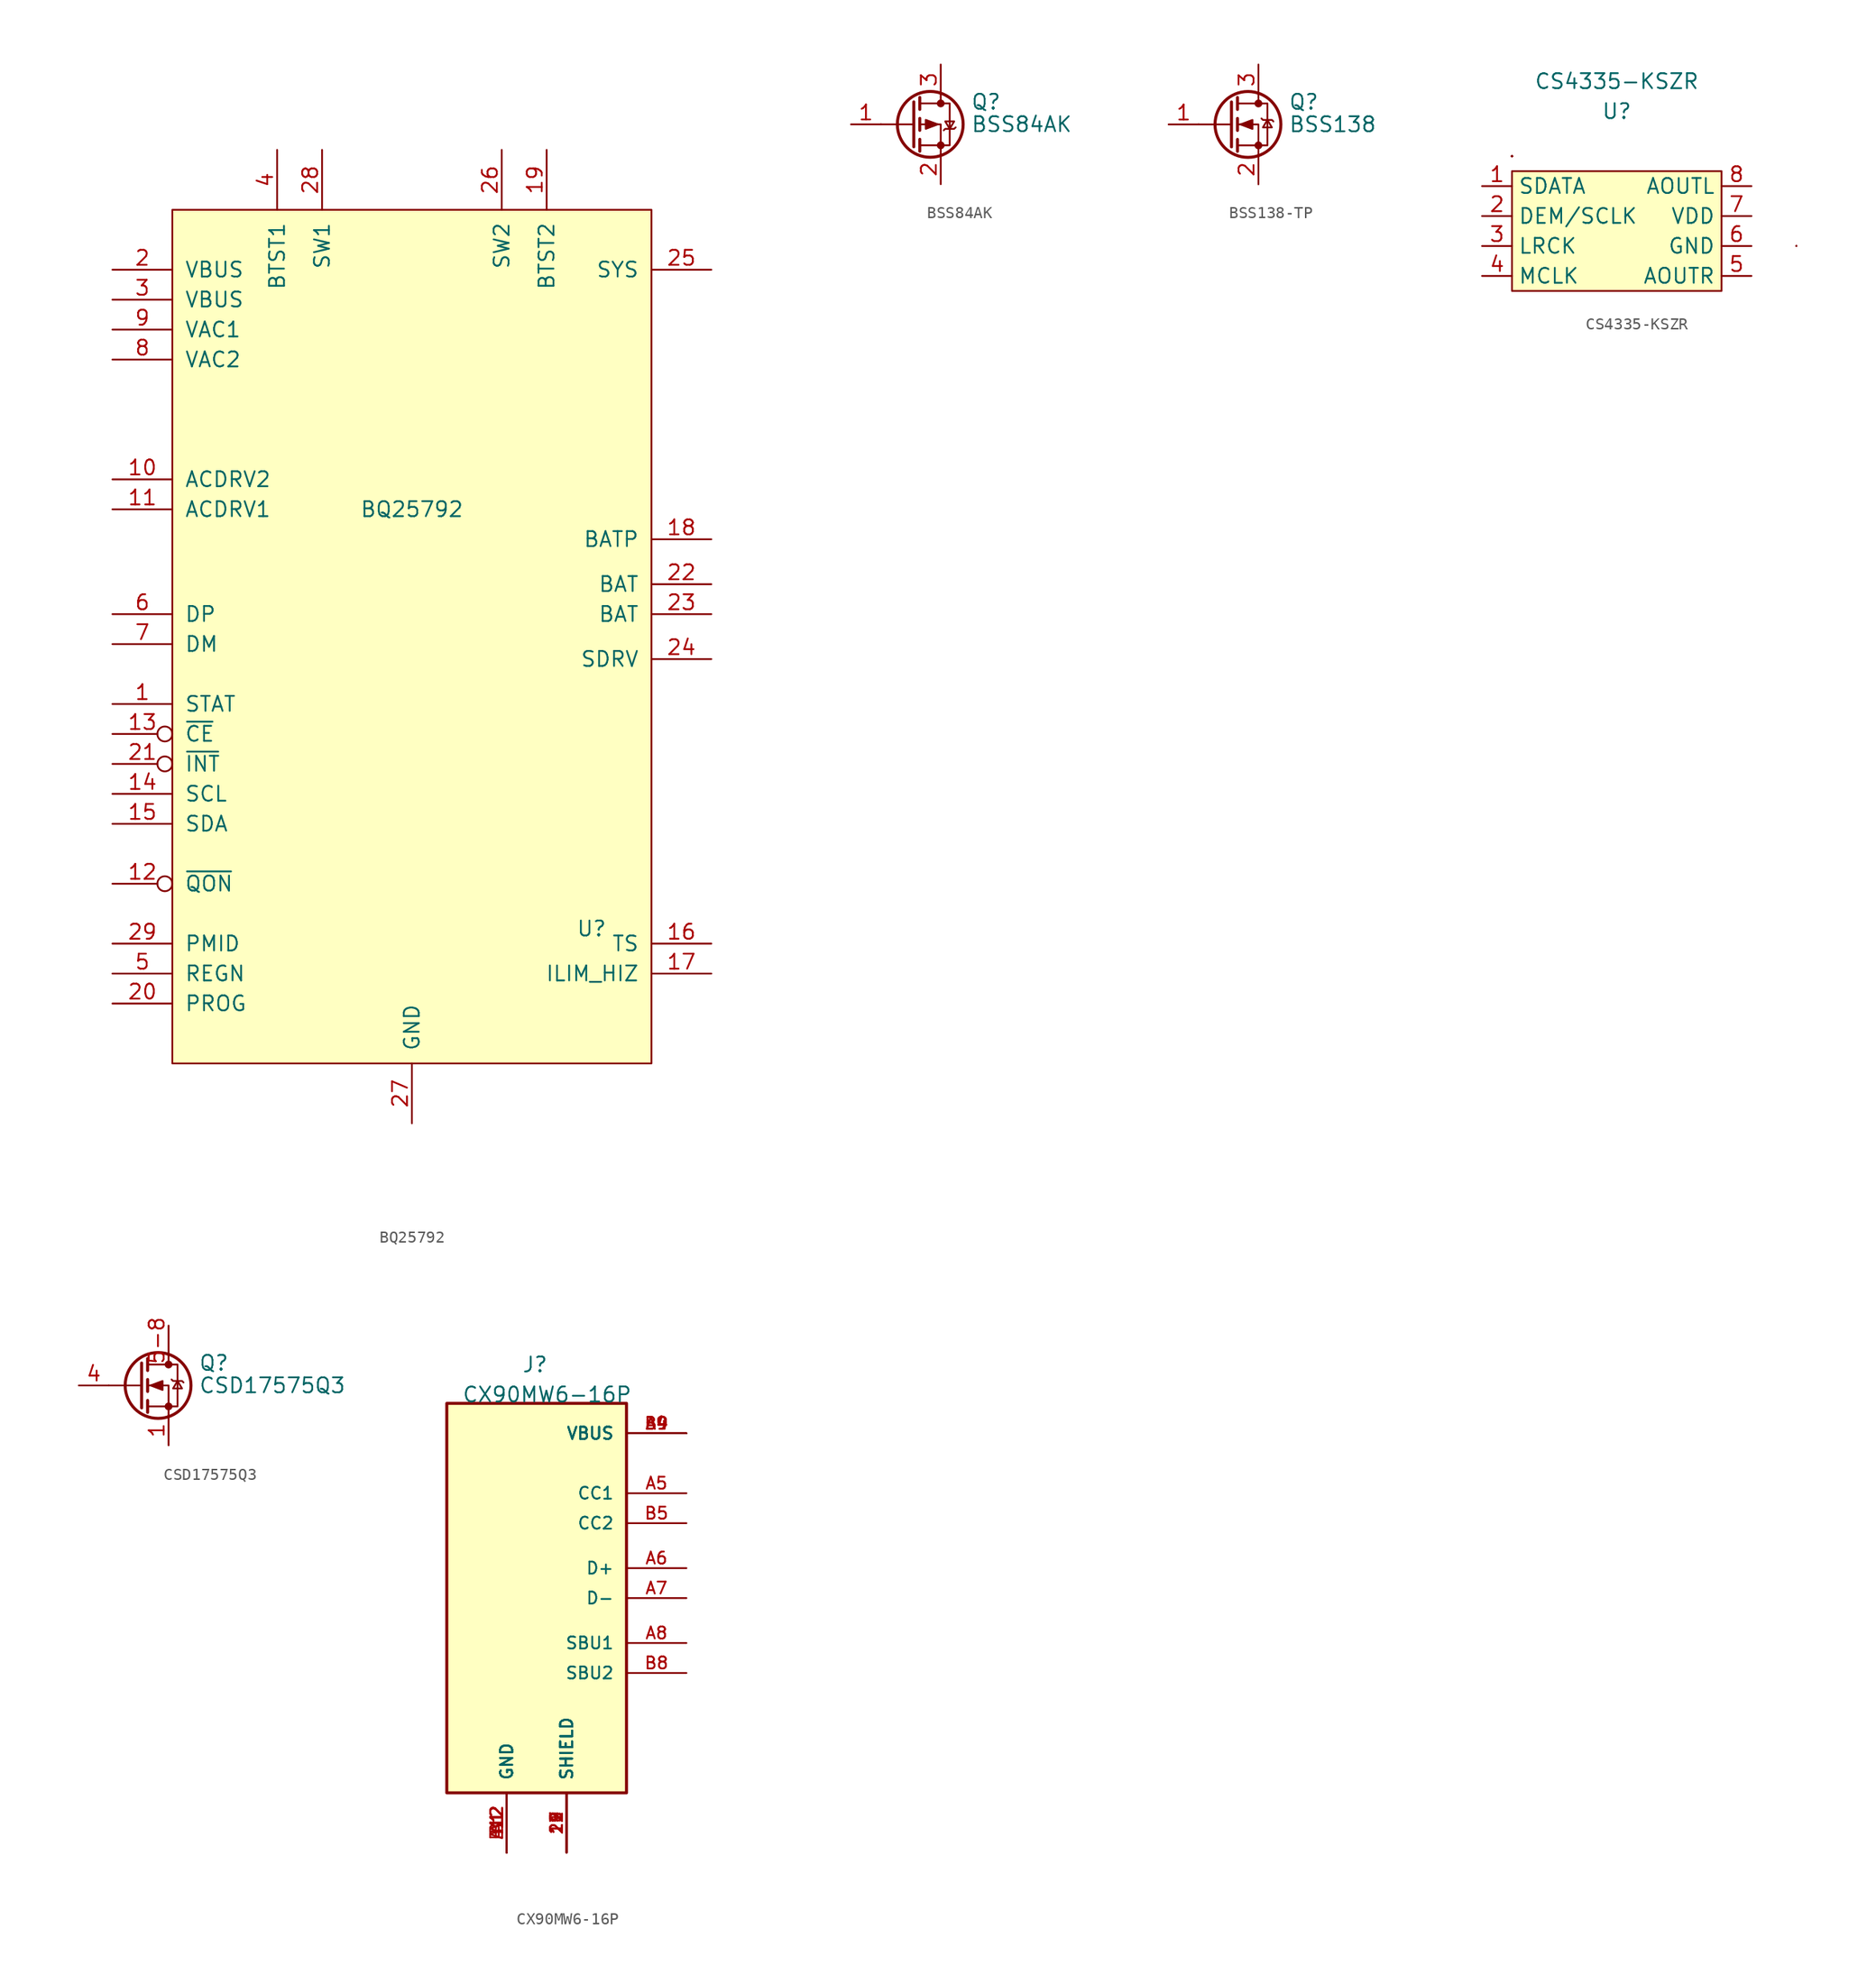
<source format=kicad_sym>
(kicad_symbol_lib
  (version 20220914)
  (generator kicad_symbol_editor)
  (symbol "BQ25792"
    (pin_names
      (offset 1.016))
    (property "Reference" "U"
      (at 15.24 -31.75 0)
      (effects (font (size 1.27 1.27))))
    (property "Value" "BQ25792"
      (at 0 3.81 0)
      (effects (font (size 1.27 1.27))))
    (symbol "BQ25792_0_1"
      (rectangle (start -20.32 29.21) (end 20.32 -43.18) (stroke (width 0) (type solid)) (fill (type background))))
    (symbol "BQ25792_1_1"
      (pin output line (at -25.4 -12.7 0) (length 5.08) (name "STAT" (effects (font (size 1.27 1.27)))) (number "1" (effects (font (size 1.27 1.27)))))
      (pin output line (at -25.4 6.35 0) (length 5.08) (name "ACDRV2" (effects (font (size 1.27 1.27)))) (number "10" (effects (font (size 1.27 1.27)))))
      (pin output line (at -25.4 3.81 0) (length 5.08) (name "ACDRV1" (effects (font (size 1.27 1.27)))) (number "11" (effects (font (size 1.27 1.27)))))
      (pin input inverted (at -25.4 -27.94 0) (length 5.08) (name "~{QON}" (effects (font (size 1.27 1.27)))) (number "12" (effects (font (size 1.27 1.27)))))
      (pin input inverted (at -25.4 -15.24 0) (length 5.08) (name "~{CE}" (effects (font (size 1.27 1.27)))) (number "13" (effects (font (size 1.27 1.27)))))
      (pin input line (at -25.4 -20.32 0) (length 5.08) (name "SCL" (effects (font (size 1.27 1.27)))) (number "14" (effects (font (size 1.27 1.27)))))
      (pin bidirectional line (at -25.4 -22.86 0) (length 5.08) (name "SDA" (effects (font (size 1.27 1.27)))) (number "15" (effects (font (size 1.27 1.27)))))
      (pin input line (at 25.4 -33.02 180) (length 5.08) (name "TS" (effects (font (size 1.27 1.27)))) (number "16" (effects (font (size 1.27 1.27)))))
      (pin input line (at 25.4 -35.56 180) (length 5.08) (name "ILIM_HIZ" (effects (font (size 1.27 1.27)))) (number "17" (effects (font (size 1.27 1.27)))))
      (pin input line (at 25.4 1.27 180) (length 5.08) (name "BATP" (effects (font (size 1.27 1.27)))) (number "18" (effects (font (size 1.27 1.27)))))
      (pin output line (at 11.43 34.29 270) (length 5.08) (name "BTST2" (effects (font (size 1.27 1.27)))) (number "19" (effects (font (size 1.27 1.27)))))
      (pin input line (at -25.4 24.13 0) (length 5.08) (name "VBUS" (effects (font (size 1.27 1.27)))) (number "2" (effects (font (size 1.27 1.27)))))
      (pin input line (at -25.4 -38.1 0) (length 5.08) (name "PROG" (effects (font (size 1.27 1.27)))) (number "20" (effects (font (size 1.27 1.27)))))
      (pin output inverted (at -25.4 -17.78 0) (length 5.08) (name "~{INT}" (effects (font (size 1.27 1.27)))) (number "21" (effects (font (size 1.27 1.27)))))
      (pin output line (at 25.4 -2.54 180) (length 5.08) (name "BAT" (effects (font (size 1.27 1.27)))) (number "22" (effects (font (size 1.27 1.27)))))
      (pin output line (at 25.4 -5.08 180) (length 5.08) (name "BAT" (effects (font (size 1.27 1.27)))) (number "23" (effects (font (size 1.27 1.27)))))
      (pin output line (at 25.4 -8.89 180) (length 5.08) (name "SDRV" (effects (font (size 1.27 1.27)))) (number "24" (effects (font (size 1.27 1.27)))))
      (pin output line (at 25.4 24.13 180) (length 5.08) (name "SYS" (effects (font (size 1.27 1.27)))) (number "25" (effects (font (size 1.27 1.27)))))
      (pin output line (at 7.62 34.29 270) (length 5.08) (name "SW2" (effects (font (size 1.27 1.27)))) (number "26" (effects (font (size 1.27 1.27)))))
      (pin passive line (at 0 -48.26 90) (length 5.08) (name "GND" (effects (font (size 1.27 1.27)))) (number "27" (effects (font (size 1.27 1.27)))))
      (pin output line (at -7.62 34.29 270) (length 5.08) (name "SW1" (effects (font (size 1.27 1.27)))) (number "28" (effects (font (size 1.27 1.27)))))
      (pin output line (at -25.4 -33.02 0) (length 5.08) (name "PMID" (effects (font (size 1.27 1.27)))) (number "29" (effects (font (size 1.27 1.27)))))
      (pin input line (at -25.4 21.59 0) (length 5.08) (name "VBUS" (effects (font (size 1.27 1.27)))) (number "3" (effects (font (size 1.27 1.27)))))
      (pin input line (at -11.43 34.29 270) (length 5.08) (name "BTST1" (effects (font (size 1.27 1.27)))) (number "4" (effects (font (size 1.27 1.27)))))
      (pin output line (at -25.4 -35.56 0) (length 5.08) (name "REGN" (effects (font (size 1.27 1.27)))) (number "5" (effects (font (size 1.27 1.27)))))
      (pin bidirectional line (at -25.4 -5.08 0) (length 5.08) (name "DP" (effects (font (size 1.27 1.27)))) (number "6" (effects (font (size 1.27 1.27)))))
      (pin bidirectional line (at -25.4 -7.62 0) (length 5.08) (name "DM" (effects (font (size 1.27 1.27)))) (number "7" (effects (font (size 1.27 1.27)))))
      (pin input line (at -25.4 16.51 0) (length 5.08) (name "VAC2" (effects (font (size 1.27 1.27)))) (number "8" (effects (font (size 1.27 1.27)))))
      (pin input line (at -25.4 19.05 0) (length 5.08) (name "VAC1" (effects (font (size 1.27 1.27)))) (number "9" (effects (font (size 1.27 1.27)))))))
  (symbol "BSS84AK"
    (pin_names hide)
    (property "Reference" "Q"
      (at 5.08 1.905 0)
      (effects (font (size 1.27 1.27)) (justify left)))
    (property "Value" "BSS84AK"
      (at 5.08 0 0)
      (effects (font (size 1.27 1.27)) (justify left)))
    (symbol "BSS84AK_0_1"
      (polyline (pts (xy 0.254 0) (xy -2.54 0)) (stroke (width 0) (type default)) (fill (type none)))
      (polyline (pts (xy 0.254 1.905) (xy 0.254 -1.905)) (stroke (width 0.254) (type default)) (fill (type none)))
      (polyline (pts (xy 0.762 -1.27) (xy 0.762 -2.286)) (stroke (width 0.254) (type default)) (fill (type none)))
      (polyline (pts (xy 0.762 0.508) (xy 0.762 -0.508)) (stroke (width 0.254) (type default)) (fill (type none)))
      (polyline (pts (xy 0.762 2.286) (xy 0.762 1.27)) (stroke (width 0.254) (type default)) (fill (type none)))
      (polyline (pts (xy 2.54 2.54) (xy 2.54 1.778)) (stroke (width 0) (type default)) (fill (type none)))
      (polyline (pts (xy 2.54 -2.54) (xy 2.54 0) (xy 0.762 0)) (stroke (width 0) (type default)) (fill (type none)))
      (polyline (pts (xy 0.762 1.778) (xy 3.302 1.778) (xy 3.302 -1.778) (xy 0.762 -1.778)) (stroke (width 0) (type default)) (fill (type none)))
      (polyline (pts (xy 2.286 0) (xy 1.27 0.381) (xy 1.27 -0.381) (xy 2.286 0)) (stroke (width 0) (type default)) (fill (type outline)))
      (polyline (pts (xy 2.794 -0.508) (xy 2.921 -0.381) (xy 3.683 -0.381) (xy 3.81 -0.254)) (stroke (width 0) (type default)) (fill (type none)))
      (polyline (pts (xy 3.302 -0.381) (xy 2.921 0.254) (xy 3.683 0.254) (xy 3.302 -0.381)) (stroke (width 0) (type default)) (fill (type none)))
      (circle (center 1.651 0) (radius 2.794) (stroke (width 0.254) (type default)) (fill (type none)))
      (circle (center 2.54 -1.778) (radius 0.254) (stroke (width 0) (type default)) (fill (type outline)))
      (circle (center 2.54 1.778) (radius 0.254) (stroke (width 0) (type default)) (fill (type outline))))
    (symbol "BSS84AK_1_1"
      (pin input line (at -5.08 0 0) (length 2.54) (name "G" (effects (font (size 1.27 1.27)))) (number "1" (effects (font (size 1.27 1.27)))))
      (pin passive line (at 2.54 -5.08 90) (length 2.54) (name "S" (effects (font (size 1.27 1.27)))) (number "2" (effects (font (size 1.27 1.27)))))
      (pin passive line (at 2.54 5.08 270) (length 2.54) (name "D" (effects (font (size 1.27 1.27)))) (number "3" (effects (font (size 1.27 1.27)))))))
  (symbol "BSS138-TP"
    (pin_names hide)
    (property "Reference" "Q"
      (at 5.08 1.905 0)
      (effects (font (size 1.27 1.27)) (justify left)))
    (property "Value" "BSS138"
      (at 5.08 0 0)
      (effects (font (size 1.27 1.27)) (justify left)))
    (symbol "BSS138-TP_0_1"
      (polyline (pts (xy 0.254 0) (xy -2.54 0)) (stroke (width 0) (type default)) (fill (type none)))
      (polyline (pts (xy 0.254 1.905) (xy 0.254 -1.905)) (stroke (width 0.254) (type default)) (fill (type none)))
      (polyline (pts (xy 0.762 -1.27) (xy 0.762 -2.286)) (stroke (width 0.254) (type default)) (fill (type none)))
      (polyline (pts (xy 0.762 0.508) (xy 0.762 -0.508)) (stroke (width 0.254) (type default)) (fill (type none)))
      (polyline (pts (xy 0.762 2.286) (xy 0.762 1.27)) (stroke (width 0.254) (type default)) (fill (type none)))
      (polyline (pts (xy 2.54 2.54) (xy 2.54 1.778)) (stroke (width 0) (type default)) (fill (type none)))
      (polyline (pts (xy 2.54 -2.54) (xy 2.54 0) (xy 0.762 0)) (stroke (width 0) (type default)) (fill (type none)))
      (polyline (pts (xy 0.762 -1.778) (xy 3.302 -1.778) (xy 3.302 1.778) (xy 0.762 1.778)) (stroke (width 0) (type default)) (fill (type none)))
      (polyline (pts (xy 1.016 0) (xy 2.032 0.381) (xy 2.032 -0.381) (xy 1.016 0)) (stroke (width 0) (type default)) (fill (type outline)))
      (polyline (pts (xy 2.794 0.508) (xy 2.921 0.381) (xy 3.683 0.381) (xy 3.81 0.254)) (stroke (width 0) (type default)) (fill (type none)))
      (polyline (pts (xy 3.302 0.381) (xy 2.921 -0.254) (xy 3.683 -0.254) (xy 3.302 0.381)) (stroke (width 0) (type default)) (fill (type none)))
      (circle (center 1.651 0) (radius 2.794) (stroke (width 0.254) (type default)) (fill (type none)))
      (circle (center 2.54 -1.778) (radius 0.254) (stroke (width 0) (type default)) (fill (type outline)))
      (circle (center 2.54 1.778) (radius 0.254) (stroke (width 0) (type default)) (fill (type outline))))
    (symbol "BSS138-TP_1_1"
      (pin input line (at -5.08 0 0) (length 2.54) (name "G" (effects (font (size 1.27 1.27)))) (number "1" (effects (font (size 1.27 1.27)))))
      (pin passive line (at 2.54 -5.08 90) (length 2.54) (name "S" (effects (font (size 1.27 1.27)))) (number "2" (effects (font (size 1.27 1.27)))))
      (pin passive line (at 2.54 5.08 270) (length 2.54) (name "D" (effects (font (size 1.27 1.27)))) (number "3" (effects (font (size 1.27 1.27)))))))
  (symbol "CS4335-KSZR"
    (property "Reference" "U"
      (at 0 6.35 0)
      (effects (font (size 1.27 1.27))))
    (property "Value" "CS4335-KSZR"
      (at 0 8.89 0)
      (effects (font (size 1.27 1.27))))
    (symbol "CS4335-KSZR_0_0"
      (rectangle (start -8.89 2.54) (end -8.89 2.54) (stroke (width 0) (type default)) (fill (type none)))
      (rectangle (start -8.89 2.54) (end -8.89 2.54) (stroke (width 0) (type default)) (fill (type none)))
      (rectangle (start -8.89 2.54) (end -8.89 2.54) (stroke (width 0) (type default)) (fill (type none)))
      (rectangle (start -8.89 2.54) (end -8.89 2.54) (stroke (width 0) (type default)) (fill (type none)))
      (rectangle (start -8.89 2.54) (end -8.89 2.54) (stroke (width 0) (type default)) (fill (type none)))
      (rectangle (start -8.89 2.54) (end -8.89 2.54) (stroke (width 0) (type default)) (fill (type none)))
      (rectangle (start -8.89 2.54) (end -8.89 2.54) (stroke (width 0) (type default)) (fill (type none)))
      (rectangle (start -8.89 2.54) (end -8.89 2.54) (stroke (width 0) (type default)) (fill (type none)))
      (rectangle (start -8.89 2.54) (end -8.89 2.54) (stroke (width 0) (type default)) (fill (type none)))
      (rectangle (start -8.89 2.54) (end -8.89 2.54) (stroke (width 0) (type default)) (fill (type none)))
      (rectangle (start -8.89 2.54) (end -8.89 2.54) (stroke (width 0) (type default)) (fill (type none)))
      (rectangle (start -8.89 2.54) (end -8.89 2.54) (stroke (width 0) (type default)) (fill (type none)))
      (rectangle (start -8.89 2.54) (end -8.89 2.54) (stroke (width 0) (type default)) (fill (type none)))
      (rectangle (start -8.89 2.54) (end -8.89 2.54) (stroke (width 0) (type default)) (fill (type none)))
      (rectangle (start -8.89 2.54) (end -8.89 2.54) (stroke (width 0) (type default)) (fill (type none)))
      (rectangle (start -8.89 2.54) (end -8.89 2.54) (stroke (width 0) (type default)) (fill (type none)))
      (rectangle (start -8.89 2.54) (end -8.89 2.54) (stroke (width 0) (type default)) (fill (type none)))
      (rectangle (start -8.89 2.54) (end -8.89 2.54) (stroke (width 0) (type default)) (fill (type none)))
      (rectangle (start -8.89 2.54) (end -8.89 2.54) (stroke (width 0) (type default)) (fill (type none))))
    (symbol "CS4335-KSZR_0_1"
      (rectangle (start -8.89 1.27) (end 8.89 -8.89) (stroke (width 0) (type default)) (fill (type background)))
      (rectangle (start 15.24 -5.08) (end 15.24 -5.08) (stroke (width 0) (type default)) (fill (type none)))
      (rectangle (start 15.24 -5.08) (end 15.24 -5.08) (stroke (width 0) (type default)) (fill (type none)))
      (rectangle (start 15.24 -5.08) (end 15.24 -5.08) (stroke (width 0) (type default)) (fill (type none)))
      (rectangle (start 15.24 -5.08) (end 15.24 -5.08) (stroke (width 0) (type default)) (fill (type none)))
      (rectangle (start 15.24 -5.08) (end 15.24 -5.08) (stroke (width 0.1) (type default)) (fill (type none))))
    (symbol "CS4335-KSZR_1_1"
      (pin input line (at -11.43 0 0) (length 2.54) (name "SDATA" (effects (font (size 1.27 1.27)))) (number "1" (effects (font (size 1.27 1.27)))))
      (pin input line (at -11.43 -2.54 0) (length 2.54) (name "DEM/SCLK" (effects (font (size 1.27 1.27)))) (number "2" (effects (font (size 1.27 1.27)))))
      (pin input line (at -11.43 -5.08 0) (length 2.54) (name "LRCK" (effects (font (size 1.27 1.27)))) (number "3" (effects (font (size 1.27 1.27)))))
      (pin input line (at -11.43 -7.62 0) (length 2.54) (name "MCLK" (effects (font (size 1.27 1.27)))) (number "4" (effects (font (size 1.27 1.27)))))
      (pin output line (at 11.43 -7.62 180) (length 2.54) (name "AOUTR" (effects (font (size 1.27 1.27)))) (number "5" (effects (font (size 1.27 1.27)))))
      (pin passive line (at 11.43 -5.08 180) (length 2.54) (name "GND" (effects (font (size 1.27 1.27)))) (number "6" (effects (font (size 1.27 1.27)))))
      (pin power_in line (at 11.43 -2.54 180) (length 2.54) (name "VDD" (effects (font (size 1.27 1.27)))) (number "7" (effects (font (size 1.27 1.27)))))
      (pin output line (at 11.43 0 180) (length 2.54) (name "AOUTL" (effects (font (size 1.27 1.27)))) (number "8" (effects (font (size 1.27 1.27)))))))
  (symbol "CSD17575Q3"
    (pin_names hide)
    (property "Reference" "Q"
      (at 5.08 1.905 0)
      (effects (font (size 1.27 1.27)) (justify left)))
    (property "Value" "CSD17575Q3"
      (at 5.08 0 0)
      (effects (font (size 1.27 1.27)) (justify left)))
    (symbol "CSD17575Q3_0_1"
      (polyline (pts (xy 0.254 0) (xy -2.54 0)) (stroke (width 0) (type default)) (fill (type none)))
      (polyline (pts (xy 0.254 1.905) (xy 0.254 -1.905)) (stroke (width 0.254) (type default)) (fill (type none)))
      (polyline (pts (xy 0.762 -1.27) (xy 0.762 -2.286)) (stroke (width 0.254) (type default)) (fill (type none)))
      (polyline (pts (xy 0.762 0.508) (xy 0.762 -0.508)) (stroke (width 0.254) (type default)) (fill (type none)))
      (polyline (pts (xy 0.762 2.286) (xy 0.762 1.27)) (stroke (width 0.254) (type default)) (fill (type none)))
      (polyline (pts (xy 2.54 2.54) (xy 2.54 1.778)) (stroke (width 0) (type default)) (fill (type none)))
      (polyline (pts (xy 2.54 -2.54) (xy 2.54 0) (xy 0.762 0)) (stroke (width 0) (type default)) (fill (type none)))
      (polyline (pts (xy 0.762 -1.778) (xy 3.302 -1.778) (xy 3.302 1.778) (xy 0.762 1.778)) (stroke (width 0) (type default)) (fill (type none)))
      (polyline (pts (xy 1.016 0) (xy 2.032 0.381) (xy 2.032 -0.381) (xy 1.016 0)) (stroke (width 0) (type default)) (fill (type outline)))
      (polyline (pts (xy 2.794 0.508) (xy 2.921 0.381) (xy 3.683 0.381) (xy 3.81 0.254)) (stroke (width 0) (type default)) (fill (type none)))
      (polyline (pts (xy 3.302 0.381) (xy 2.921 -0.254) (xy 3.683 -0.254) (xy 3.302 0.381)) (stroke (width 0) (type default)) (fill (type none)))
      (circle (center 1.651 0) (radius 2.794) (stroke (width 0.254) (type default)) (fill (type none)))
      (circle (center 2.54 -1.778) (radius 0.254) (stroke (width 0) (type default)) (fill (type outline)))
      (circle (center 2.54 1.778) (radius 0.254) (stroke (width 0) (type default)) (fill (type outline))))
    (symbol "CSD17575Q3_1_1"
      (pin passive line (at 2.54 -5.08 90) (length 2.54) (name "S" (effects (font (size 1.27 1.27)))) (number "1" (effects (font (size 1.27 1.27)))))
      (pin passive line (at 2.54 -5.08 90) (length 2.54) hide (name "S" (effects (font (size 1.27 1.27)))) (number "2" (effects (font (size 1.27 1.27)))))
      (pin passive line (at 2.54 -5.08 90) (length 2.54) hide (name "S" (effects (font (size 1.27 1.27)))) (number "3" (effects (font (size 1.27 1.27)))))
      (pin passive line (at -5.08 0 0) (length 2.54) (name "G" (effects (font (size 1.27 1.27)))) (number "4" (effects (font (size 1.27 1.27)))))
      (pin passive line (at 2.54 5.08 270) (length 2.54) (name "D" (effects (font (size 1.27 1.27)))) (number "5-8" (effects (font (size 1.27 1.27)))))))
  (symbol "CX90MW6-16P"
    (pin_names
      (offset 1.016))
    (property "Reference" "J"
      (at -1.27 35.56 0)
      (effects (font (size 1.27 1.27)) (justify left bottom)))
    (property "Value" "CX90MW6-16P"
      (at -6.35 33.02 0)
      (effects (font (size 1.27 1.27)) (justify left bottom)))
    (symbol "CX90MW6-16P_0_0"
      (rectangle (start -7.62 33.02) (end 7.62 0) (stroke (width 0.254) (type default)) (fill (type background)))
      (pin power_in line (at 2.54 -5.08 90) (length 5.08) (name "SHIELD" (effects (font (size 1.016 1.016)))) (number "17" (effects (font (size 1.016 1.016)))))
      (pin power_in line (at 2.54 -5.08 90) (length 5.08) (name "SHIELD" (effects (font (size 1.016 1.016)))) (number "18" (effects (font (size 1.016 1.016)))))
      (pin power_in line (at 2.54 -5.08 90) (length 5.08) (name "SHIELD" (effects (font (size 1.016 1.016)))) (number "19" (effects (font (size 1.016 1.016)))))
      (pin power_in line (at 2.54 -5.08 90) (length 5.08) (name "SHIELD" (effects (font (size 1.016 1.016)))) (number "20" (effects (font (size 1.016 1.016)))))
      (pin power_in line (at 2.54 -5.08 90) (length 5.08) (name "SHIELD" (effects (font (size 1.016 1.016)))) (number "21" (effects (font (size 1.016 1.016)))))
      (pin power_in line (at 2.54 -5.08 90) (length 5.08) (name "SHIELD" (effects (font (size 1.016 1.016)))) (number "22" (effects (font (size 1.016 1.016)))))
      (pin power_in line (at -2.54 -5.08 90) (length 5.08) (name "GND" (effects (font (size 1.016 1.016)))) (number "A1" (effects (font (size 1.016 1.016)))))
      (pin power_in line (at -2.54 -5.08 90) (length 5.08) (name "GND" (effects (font (size 1.016 1.016)))) (number "A12" (effects (font (size 1.016 1.016)))))
      (pin power_in line (at 12.7 30.48 180) (length 5.08) (name "VBUS" (effects (font (size 1.016 1.016)))) (number "A4" (effects (font (size 1.016 1.016)))))
      (pin bidirectional line (at 12.7 25.4 180) (length 5.08) (name "CC1" (effects (font (size 1.016 1.016)))) (number "A5" (effects (font (size 1.016 1.016)))))
      (pin bidirectional line (at 12.7 19.05 180) (length 5.08) (name "D+" (effects (font (size 1.016 1.016)))) (number "A6" (effects (font (size 1.016 1.016)))))
      (pin bidirectional line (at 12.7 16.51 180) (length 5.08) (name "D-" (effects (font (size 1.016 1.016)))) (number "A7" (effects (font (size 1.016 1.016)))))
      (pin bidirectional line (at 12.7 12.7 180) (length 5.08) (name "SBU1" (effects (font (size 1.016 1.016)))) (number "A8" (effects (font (size 1.016 1.016)))))
      (pin power_in line (at 12.7 30.48 180) (length 5.08) (name "VBUS" (effects (font (size 1.016 1.016)))) (number "A9" (effects (font (size 1.016 1.016)))))
      (pin power_in line (at -2.54 -5.08 90) (length 5.08) (name "GND" (effects (font (size 1.016 1.016)))) (number "B1" (effects (font (size 1.016 1.016)))))
      (pin power_in line (at -2.54 -5.08 90) (length 5.08) (name "GND" (effects (font (size 1.016 1.016)))) (number "B12" (effects (font (size 1.016 1.016)))))
      (pin power_in line (at 12.7 30.48 180) (length 5.08) (name "VBUS" (effects (font (size 1.016 1.016)))) (number "B4" (effects (font (size 1.016 1.016)))))
      (pin bidirectional line (at 12.7 22.86 180) (length 5.08) (name "CC2" (effects (font (size 1.016 1.016)))) (number "B5" (effects (font (size 1.016 1.016)))))
      (pin bidirectional line (at 12.7 19.05 180) (length 5.08) hide (name "D+" (effects (font (size 1.016 1.016)))) (number "B6" (effects (font (size 1.016 1.016)))))
      (pin bidirectional line (at 12.7 16.51 180) (length 5.08) hide (name "D-" (effects (font (size 1.016 1.016)))) (number "B7" (effects (font (size 1.016 1.016)))))
      (pin bidirectional line (at 12.7 10.16 180) (length 5.08) (name "SBU2" (effects (font (size 1.016 1.016)))) (number "B8" (effects (font (size 1.016 1.016)))))
      (pin power_in line (at 12.7 30.48 180) (length 5.08) (name "VBUS" (effects (font (size 1.016 1.016)))) (number "B9" (effects (font (size 1.016 1.016))))))))
</source>
